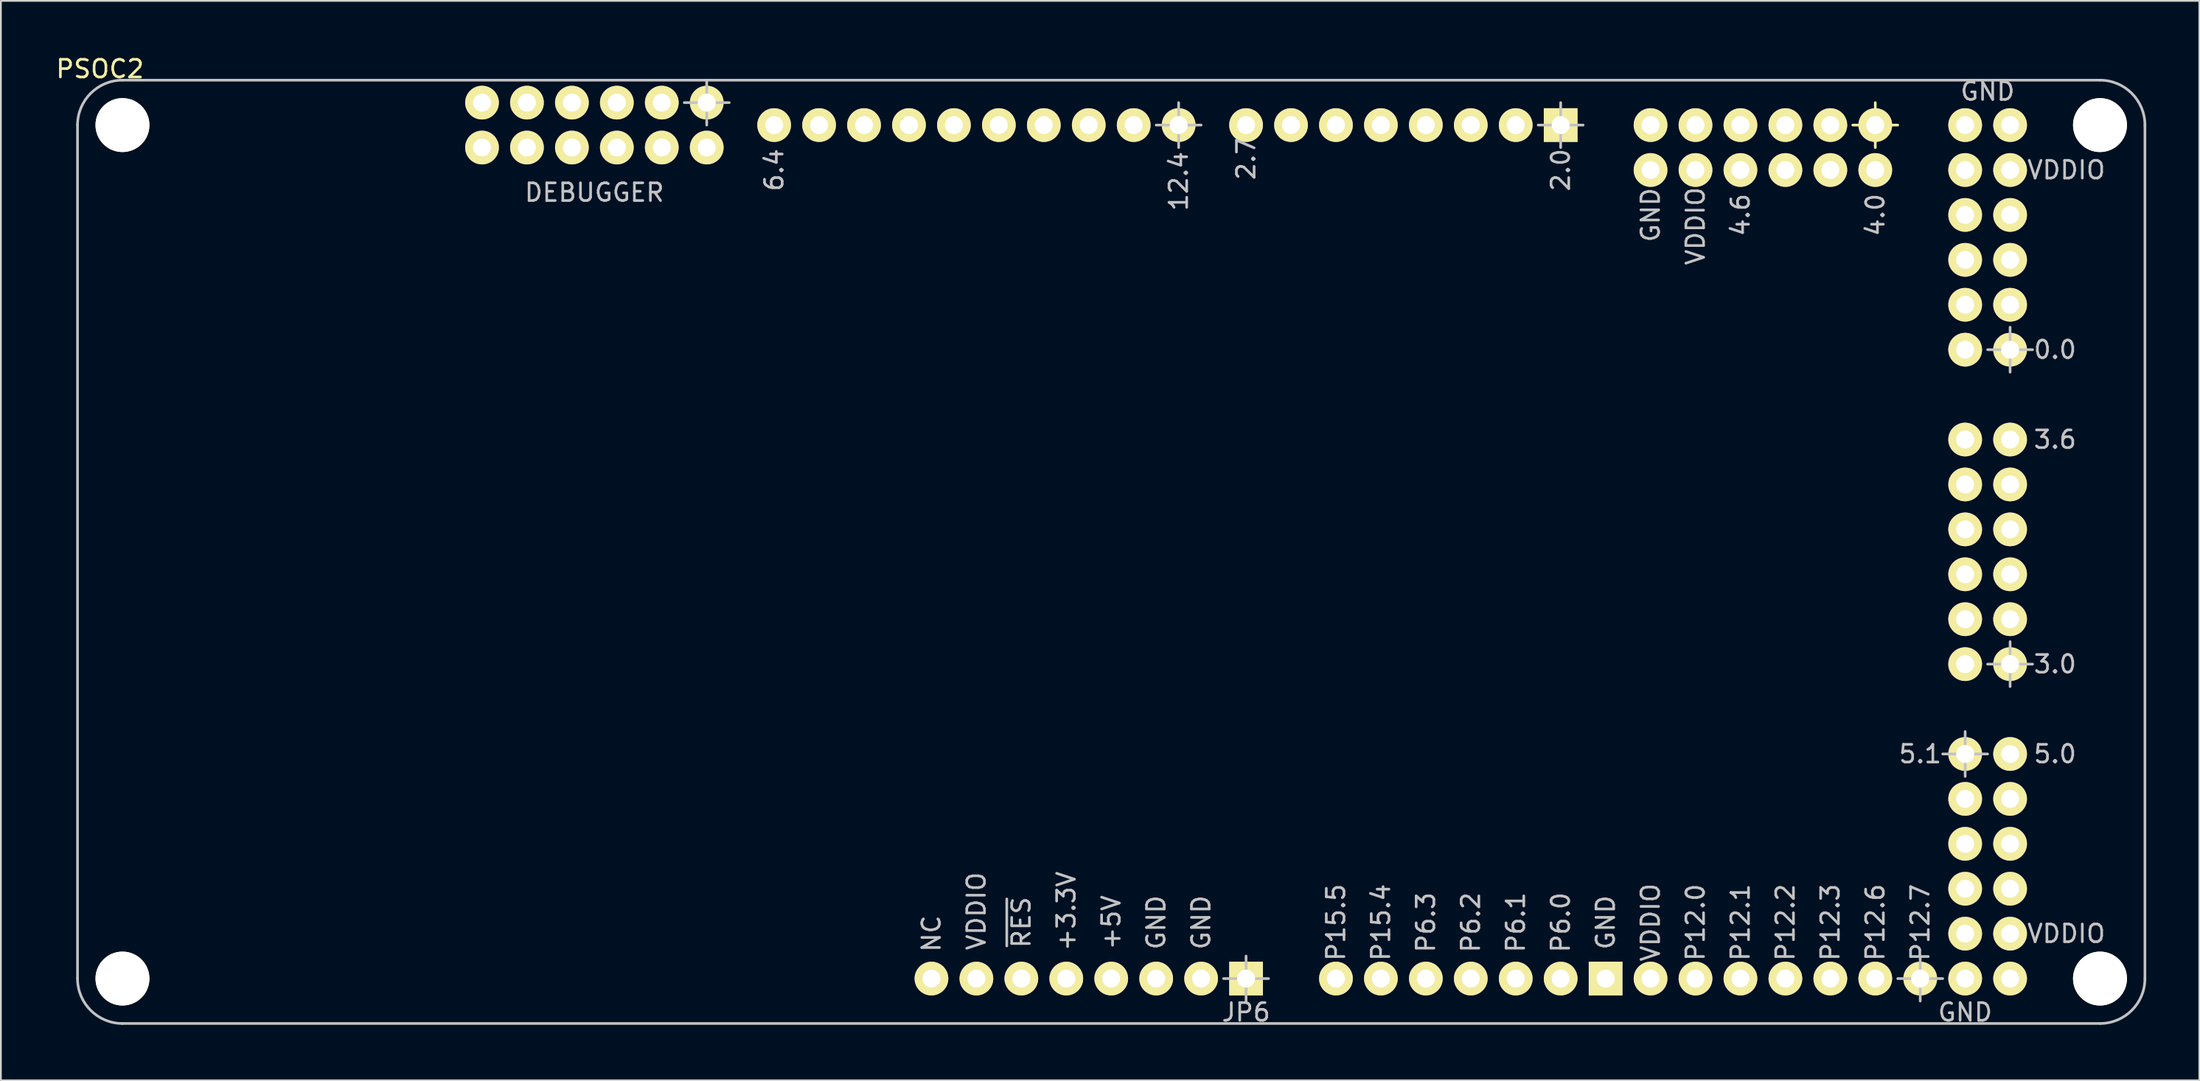
<source format=kicad_pcb>
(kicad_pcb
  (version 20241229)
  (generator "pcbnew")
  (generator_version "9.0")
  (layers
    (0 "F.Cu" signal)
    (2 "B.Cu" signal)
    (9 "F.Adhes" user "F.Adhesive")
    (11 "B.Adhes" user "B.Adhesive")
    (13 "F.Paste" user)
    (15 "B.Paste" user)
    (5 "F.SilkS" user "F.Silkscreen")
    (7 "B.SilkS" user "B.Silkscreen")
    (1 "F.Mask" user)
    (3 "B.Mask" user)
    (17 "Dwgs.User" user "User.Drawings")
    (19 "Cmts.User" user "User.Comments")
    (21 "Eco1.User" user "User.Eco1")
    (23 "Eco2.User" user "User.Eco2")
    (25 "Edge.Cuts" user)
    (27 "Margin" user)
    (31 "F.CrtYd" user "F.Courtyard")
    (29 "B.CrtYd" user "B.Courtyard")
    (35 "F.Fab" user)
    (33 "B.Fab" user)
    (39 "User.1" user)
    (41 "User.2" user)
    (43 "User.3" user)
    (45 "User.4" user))
  (footprint "PSOC2"
    (layer "F.Cu")
    (at 1.331 1.483)
    (property "Reference" "PSOC2" (at 1.27 -0.635 0) (layer "F.SilkS") (effects (font (size 1 1) (thickness 0.15))))
    (attr through_hole)
    (fp_line (start 100.33 2.54) (end 102.87 2.54) (stroke (width 0.15) (type solid)) (layer "F.SilkS"))
    (fp_line (start 101.6 1.27) (end 101.6 3.81) (stroke (width 0.15) (type solid)) (layer "F.SilkS"))
    (fp_line (start 0 50.8) (end 0 2.54) (stroke (width 0.15) (type solid)) (layer "Dwgs.User"))
    (fp_line (start 2.54 0) (end 114.3 0) (stroke (width 0.15) (type solid)) (layer "Dwgs.User"))
    (fp_line (start 34.29 1.27) (end 36.83 1.27) (stroke (width 0.15) (type solid)) (layer "Dwgs.User"))
    (fp_line (start 35.56 0) (end 35.56 2.54) (stroke (width 0.15) (type solid)) (layer "Dwgs.User"))
    (fp_line (start 60.96 2.54) (end 63.5 2.54) (stroke (width 0.15) (type solid)) (layer "Dwgs.User"))
    (fp_line (start 62.23 1.27) (end 62.23 3.81) (stroke (width 0.15) (type solid)) (layer "Dwgs.User"))
    (fp_line (start 64.77 50.8) (end 67.31 50.8) (stroke (width 0.15) (type solid)) (layer "Dwgs.User"))
    (fp_line (start 66.04 49.53) (end 66.04 52.07) (stroke (width 0.15) (type solid)) (layer "Dwgs.User"))
    (fp_line (start 82.55 2.54) (end 85.09 2.54) (stroke (width 0.15) (type solid)) (layer "Dwgs.User"))
    (fp_line (start 83.82 1.27) (end 83.82 3.81) (stroke (width 0.15) (type solid)) (layer "Dwgs.User"))
    (fp_line (start 102.87 50.8) (end 105.41 50.8) (stroke (width 0.15) (type solid)) (layer "Dwgs.User"))
    (fp_line (start 104.14 49.53) (end 104.14 52.07) (stroke (width 0.15) (type solid)) (layer "Dwgs.User"))
    (fp_line (start 105.41 38.1) (end 107.95 38.1) (stroke (width 0.15) (type solid)) (layer "Dwgs.User"))
    (fp_line (start 106.68 36.83) (end 106.68 39.37) (stroke (width 0.15) (type solid)) (layer "Dwgs.User"))
    (fp_line (start 107.95 15.24) (end 110.49 15.24) (stroke (width 0.15) (type solid)) (layer "Dwgs.User"))
    (fp_line (start 107.95 33.02) (end 110.49 33.02) (stroke (width 0.15) (type solid)) (layer "Dwgs.User"))
    (fp_line (start 109.22 13.97) (end 109.22 16.51) (stroke (width 0.15) (type solid)) (layer "Dwgs.User"))
    (fp_line (start 109.22 31.75) (end 109.22 34.29) (stroke (width 0.15) (type solid)) (layer "Dwgs.User"))
    (fp_line (start 114.3 53.34) (end 2.54 53.34) (stroke (width 0.15) (type solid)) (layer "Dwgs.User"))
    (fp_line (start 116.84 2.54) (end 116.84 50.8) (stroke (width 0.15) (type solid)) (layer "Dwgs.User"))
    (fp_arc (start 0 2.54) (mid 0.743949 0.743949) (end 2.54 0) (stroke (width 0.15) (type solid)) (layer "Dwgs.User"))
    (fp_arc (start 2.54 53.34) (mid 0.743949 52.596051) (end 0 50.8) (stroke (width 0.15) (type solid)) (layer "Dwgs.User"))
    (fp_arc (start 114.3 0) (mid 116.096051 0.743949) (end 116.84 2.54) (stroke (width 0.15) (type solid)) (layer "Dwgs.User"))
    (fp_arc (start 116.84 50.8) (mid 116.096051 52.596051) (end 114.3 53.34) (stroke (width 0.15) (type solid)) (layer "Dwgs.User"))
    (fp_text user "VDDIO" (at 91.44 8.255 90) (layer "Dwgs.User") (effects (font (size 1 1) (thickness 0.15))))
    (fp_text user "5.0" (at 111.76 38.1 0) (layer "Dwgs.User") (effects (font (size 1 1) (thickness 0.15))))
    (fp_text user "P6.2" (at 78.74 47.625 90) (layer "Dwgs.User") (effects (font (size 1 1) (thickness 0.15))))
    (fp_text user "3.0" (at 111.76 33.02 0) (layer "Dwgs.User") (effects (font (size 1 1) (thickness 0.15))))
    (fp_text user "VDDIO" (at 112.395 48.26 0) (layer "Dwgs.User") (effects (font (size 1 1) (thickness 0.15))))
    (fp_text user "2.0" (at 83.82 5.08 90) (layer "Dwgs.User") (effects (font (size 1 1) (thickness 0.15))))
    (fp_text user "GND" (at 107.95 0.635 0) (layer "Dwgs.User") (effects (font (size 1 1) (thickness 0.15))))
    (fp_text user "P15.4" (at 73.66 47.625 90) (layer "Dwgs.User") (effects (font (size 1 1) (thickness 0.15))))
    (fp_text user "3.6" (at 111.76 20.32 0) (layer "Dwgs.User") (effects (font (size 1 1) (thickness 0.15))))
    (fp_text user "VDDIO" (at 50.8 46.99 90) (layer "Dwgs.User") (effects (font (size 1 1) (thickness 0.15))))
    (fp_text user "0.0" (at 111.76 15.24 0) (layer "Dwgs.User") (effects (font (size 1 1) (thickness 0.15))))
    (fp_text user "6.4" (at 39.37 5.08 90) (layer "Dwgs.User") (effects (font (size 1 1) (thickness 0.15))))
    (fp_text user "P6.1" (at 81.28 47.625 90) (layer "Dwgs.User") (effects (font (size 1 1) (thickness 0.15))))
    (fp_text user "GND" (at 86.36 47.625 90) (layer "Dwgs.User") (effects (font (size 1 1) (thickness 0.15))))
    (fp_text user "P12.2" (at 96.52 47.625 90) (layer "Dwgs.User") (effects (font (size 1 1) (thickness 0.15))))
    (fp_text user "~{RES}" (at 53.34 47.625 90) (layer "Dwgs.User") (effects (font (size 1 1) (thickness 0.15))))
    (fp_text user "GND" (at 88.9 7.62 90) (layer "Dwgs.User") (effects (font (size 1 1) (thickness 0.15))))
    (fp_text user "+3.3V" (at 55.88 46.99 90) (layer "Dwgs.User") (effects (font (size 1 1) (thickness 0.15))))
    (fp_text user "GND" (at 63.5 47.625 90) (layer "Dwgs.User") (effects (font (size 1 1) (thickness 0.15))))
    (fp_text user "NC" (at 48.26 48.26 90) (layer "Dwgs.User") (effects (font (size 1 1) (thickness 0.15))))
    (fp_text user "5.1" (at 104.14 38.1 0) (layer "Dwgs.User") (effects (font (size 1 1) (thickness 0.15))))
    (fp_text user "12.4" (at 62.23 5.715 90) (layer "Dwgs.User") (effects (font (size 1 1) (thickness 0.15))))
    (fp_text user "+5V" (at 58.42 47.625 90) (layer "Dwgs.User") (effects (font (size 1 1) (thickness 0.15))))
    (fp_text user "P12.7" (at 104.14 47.625 90) (layer "Dwgs.User") (effects (font (size 1 1) (thickness 0.15))))
    (fp_text user "VDDIO" (at 88.9 47.625 90) (layer "Dwgs.User") (effects (font (size 1 1) (thickness 0.15))))
    (fp_text user "P15.5" (at 71.12 47.625 90) (layer "Dwgs.User") (effects (font (size 1 1) (thickness 0.15))))
    (fp_text user "DEBUGGER" (at 29.21 6.35 0) (layer "Dwgs.User") (effects (font (size 1 1) (thickness 0.15))))
    (fp_text user "2.7" (at 66.04 4.445 90) (layer "Dwgs.User") (effects (font (size 1 1) (thickness 0.15))))
    (fp_text user "P12.0" (at 91.44 47.625 90) (layer "Dwgs.User") (effects (font (size 1 1) (thickness 0.15))))
    (fp_text user "P12.3" (at 99.06 47.625 90) (layer "Dwgs.User") (effects (font (size 1 1) (thickness 0.15))))
    (fp_text user "VDDIO" (at 112.395 5.08 0) (layer "Dwgs.User") (effects (font (size 1 1) (thickness 0.15))))
    (fp_text user "GND" (at 60.96 47.625 90) (layer "Dwgs.User") (effects (font (size 1 1) (thickness 0.15))))
    (fp_text user "P6.3" (at 76.2 47.625 90) (layer "Dwgs.User") (effects (font (size 1 1) (thickness 0.15))))
    (fp_text user "GND" (at 106.68 52.705 0) (layer "Dwgs.User") (effects (font (size 1 1) (thickness 0.15))))
    (fp_text user "4.6" (at 93.98 7.62 90) (layer "Dwgs.User") (effects (font (size 1 1) (thickness 0.15))))
    (fp_text user "JP6" (at 66.04 52.705 0) (layer "Dwgs.User") (effects (font (size 1 1) (thickness 0.15))))
    (fp_text user "P6.0" (at 83.82 47.625 90) (layer "Dwgs.User") (effects (font (size 1 1) (thickness 0.15))))
    (fp_text user "P12.1" (at 93.98 47.625 90) (layer "Dwgs.User") (effects (font (size 1 1) (thickness 0.15))))
    (fp_text user "4.0" (at 101.6 7.62 90) (layer "Dwgs.User") (effects (font (size 1 1) (thickness 0.15))))
    (fp_text user "P12.6" (at 101.6 47.625 90) (layer "Dwgs.User") (effects (font (size 1 1) (thickness 0.15))))
    (pad "" np_thru_hole circle (at 2.54 2.54) (size 3.048 3.048) (drill 3.048) (layers "*.Cu" "*.Mask" "F.SilkS"))
    (pad "" np_thru_hole circle (at 2.54 50.8) (size 3.048 3.048) (drill 3.048) (layers "*.Cu" "*.Mask" "F.SilkS"))
    (pad "" np_thru_hole circle (at 114.3 2.54) (size 3.048 3.048) (drill 3.048) (layers "*.Cu" "*.Mask" "F.SilkS"))
    (pad "" np_thru_hole circle (at 114.3 50.8) (size 3.048 3.048) (drill 3.048) (layers "*.Cu" "*.Mask" "F.SilkS"))
    (pad "1" thru_hole rect (at 66.04 50.8) (size 1.905 1.905) (drill 1.016) (layers "*.Cu" "*.Mask" "F.SilkS"))
    (pad "2" thru_hole circle (at 63.5 50.8) (size 1.905 1.905) (drill 1.016) (layers "*.Cu" "*.Mask" "F.SilkS"))
    (pad "3" thru_hole circle (at 60.96 50.8) (size 1.905 1.905) (drill 1.016) (layers "*.Cu" "*.Mask" "F.SilkS"))
    (pad "4" thru_hole circle (at 58.42 50.8) (size 1.905 1.905) (drill 1.016) (layers "*.Cu" "*.Mask" "F.SilkS"))
    (pad "5" thru_hole circle (at 55.88 50.8) (size 1.905 1.905) (drill 1.016) (layers "*.Cu" "*.Mask" "F.SilkS"))
    (pad "6" thru_hole circle (at 53.34 50.8) (size 1.905 1.905) (drill 1.016) (layers "*.Cu" "*.Mask" "F.SilkS"))
    (pad "7" thru_hole circle (at 50.8 50.8) (size 1.905 1.905) (drill 1.016) (layers "*.Cu" "*.Mask" "F.SilkS"))
    (pad "8" thru_hole circle (at 48.26 50.8) (size 1.905 1.905) (drill 1.016) (layers "*.Cu" "*.Mask" "F.SilkS"))
    (pad "9" thru_hole circle (at 104.14 50.8) (size 1.905 1.905) (drill 1.016) (layers "*.Cu" "*.Mask" "F.SilkS"))
    (pad "10" thru_hole circle (at 101.6 50.8) (size 1.905 1.905) (drill 1.016) (layers "*.Cu" "*.Mask" "F.SilkS"))
    (pad "11" thru_hole circle (at 99.06 50.8) (size 1.905 1.905) (drill 1.016) (layers "*.Cu" "*.Mask" "F.SilkS"))
    (pad "12" thru_hole circle (at 96.52 50.8) (size 1.905 1.905) (drill 1.016) (layers "*.Cu" "*.Mask" "F.SilkS"))
    (pad "13" thru_hole circle (at 93.98 50.8) (size 1.905 1.905) (drill 1.016) (layers "*.Cu" "*.Mask" "F.SilkS"))
    (pad "14" thru_hole circle (at 91.44 50.8) (size 1.905 1.905) (drill 1.016) (layers "*.Cu" "*.Mask" "F.SilkS"))
    (pad "15" thru_hole circle (at 88.9 50.8) (size 1.905 1.905) (drill 1.016) (layers "*.Cu" "*.Mask" "F.SilkS"))
    (pad "16" thru_hole rect (at 86.36 50.8) (size 1.905 1.905) (drill 1.016) (layers "*.Cu" "*.Mask" "F.SilkS"))
    (pad "17" thru_hole circle (at 83.82 50.8) (size 1.905 1.905) (drill 1.016) (layers "*.Cu" "*.Mask" "F.SilkS"))
    (pad "18" thru_hole circle (at 81.28 50.8) (size 1.905 1.905) (drill 1.016) (layers "*.Cu" "*.Mask" "F.SilkS"))
    (pad "19" thru_hole circle (at 78.74 50.8) (size 1.905 1.905) (drill 1.016) (layers "*.Cu" "*.Mask" "F.SilkS"))
    (pad "20" thru_hole circle (at 76.2 50.8) (size 1.905 1.905) (drill 1.016) (layers "*.Cu" "*.Mask" "F.SilkS"))
    (pad "21" thru_hole circle (at 73.66 50.8) (size 1.905 1.905) (drill 1.016) (layers "*.Cu" "*.Mask" "F.SilkS"))
    (pad "22" thru_hole circle (at 71.12 50.8) (size 1.905 1.905) (drill 1.016) (layers "*.Cu" "*.Mask" "F.SilkS"))
    (pad "23" thru_hole circle (at 106.68 38.1) (size 1.905 1.905) (drill 1.016) (layers "*.Cu" "*.Mask" "F.SilkS"))
    (pad "24" thru_hole circle (at 109.22 38.1) (size 1.905 1.905) (drill 1.016) (layers "*.Cu" "*.Mask" "F.SilkS"))
    (pad "25" thru_hole circle (at 106.68 40.64) (size 1.905 1.905) (drill 1.016) (layers "*.Cu" "*.Mask" "F.SilkS"))
    (pad "26" thru_hole circle (at 109.22 40.64) (size 1.905 1.905) (drill 1.016) (layers "*.Cu" "*.Mask" "F.SilkS"))
    (pad "27" thru_hole circle (at 106.68 43.18) (size 1.905 1.905) (drill 1.016) (layers "*.Cu" "*.Mask" "F.SilkS"))
    (pad "28" thru_hole circle (at 109.22 43.18) (size 1.905 1.905) (drill 1.016) (layers "*.Cu" "*.Mask" "F.SilkS"))
    (pad "29" thru_hole circle (at 106.68 45.72) (size 1.905 1.905) (drill 1.016) (layers "*.Cu" "*.Mask" "F.SilkS"))
    (pad "30" thru_hole circle (at 109.22 45.72) (size 1.905 1.905) (drill 1.016) (layers "*.Cu" "*.Mask" "F.SilkS"))
    (pad "31" thru_hole circle (at 106.68 48.26) (size 1.905 1.905) (drill 1.016) (layers "*.Cu" "*.Mask" "F.SilkS"))
    (pad "32" thru_hole circle (at 109.22 48.26) (size 1.905 1.905) (drill 1.016) (layers "*.Cu" "*.Mask" "F.SilkS"))
    (pad "33" thru_hole circle (at 106.68 50.8) (size 1.905 1.905) (drill 1.016) (layers "*.Cu" "*.Mask" "F.SilkS"))
    (pad "34" thru_hole circle (at 109.22 50.8) (size 1.905 1.905) (drill 1.016) (layers "*.Cu" "*.Mask" "F.SilkS"))
    (pad "35" thru_hole circle (at 109.22 33.02) (size 1.905 1.905) (drill 1.016) (layers "*.Cu" "*.Mask" "F.SilkS"))
    (pad "36" thru_hole circle (at 106.68 33.02) (size 1.905 1.905) (drill 1.016) (layers "*.Cu" "*.Mask" "F.SilkS"))
    (pad "37" thru_hole circle (at 109.22 30.48) (size 1.905 1.905) (drill 1.016) (layers "*.Cu" "*.Mask" "F.SilkS"))
    (pad "38" thru_hole circle (at 106.68 30.48) (size 1.905 1.905) (drill 1.016) (layers "*.Cu" "*.Mask" "F.SilkS"))
    (pad "39" thru_hole circle (at 109.22 27.94) (size 1.905 1.905) (drill 1.016) (layers "*.Cu" "*.Mask" "F.SilkS"))
    (pad "40" thru_hole circle (at 106.68 27.94) (size 1.905 1.905) (drill 1.016) (layers "*.Cu" "*.Mask" "F.SilkS"))
    (pad "41" thru_hole circle (at 109.22 25.4) (size 1.905 1.905) (drill 1.016) (layers "*.Cu" "*.Mask" "F.SilkS"))
    (pad "42" thru_hole circle (at 106.68 25.4) (size 1.905 1.905) (drill 1.016) (layers "*.Cu" "*.Mask" "F.SilkS"))
    (pad "43" thru_hole circle (at 109.22 22.86) (size 1.905 1.905) (drill 1.016) (layers "*.Cu" "*.Mask" "F.SilkS"))
    (pad "44" thru_hole circle (at 106.68 22.86) (size 1.905 1.905) (drill 1.016) (layers "*.Cu" "*.Mask" "F.SilkS"))
    (pad "45" thru_hole circle (at 109.22 20.32) (size 1.905 1.905) (drill 1.016) (layers "*.Cu" "*.Mask" "F.SilkS"))
    (pad "46" thru_hole circle (at 106.68 20.32) (size 1.905 1.905) (drill 1.016) (layers "*.Cu" "*.Mask" "F.SilkS"))
    (pad "47" thru_hole circle (at 109.22 15.24) (size 1.905 1.905) (drill 1.016) (layers "*.Cu" "*.Mask" "F.SilkS"))
    (pad "48" thru_hole circle (at 106.68 15.24) (size 1.905 1.905) (drill 1.016) (layers "*.Cu" "*.Mask" "F.SilkS"))
    (pad "49" thru_hole circle (at 109.22 12.7) (size 1.905 1.905) (drill 1.016) (layers "*.Cu" "*.Mask" "F.SilkS"))
    (pad "50" thru_hole circle (at 106.68 12.7) (size 1.905 1.905) (drill 1.016) (layers "*.Cu" "*.Mask" "F.SilkS"))
    (pad "51" thru_hole circle (at 109.22 10.16) (size 1.905 1.905) (drill 1.016) (layers "*.Cu" "*.Mask" "F.SilkS"))
    (pad "52" thru_hole circle (at 106.68 10.16) (size 1.905 1.905) (drill 1.016) (layers "*.Cu" "*.Mask" "F.SilkS"))
    (pad "53" thru_hole circle (at 109.22 7.62) (size 1.905 1.905) (drill 1.016) (layers "*.Cu" "*.Mask" "F.SilkS"))
    (pad "54" thru_hole circle (at 106.68 7.62) (size 1.905 1.905) (drill 1.016) (layers "*.Cu" "*.Mask" "F.SilkS"))
    (pad "55" thru_hole circle (at 109.22 5.08) (size 1.905 1.905) (drill 1.016) (layers "*.Cu" "*.Mask" "F.SilkS"))
    (pad "56" thru_hole circle (at 106.68 5.08) (size 1.905 1.905) (drill 1.016) (layers "*.Cu" "*.Mask" "F.SilkS"))
    (pad "57" thru_hole circle (at 109.22 2.54) (size 1.905 1.905) (drill 1.016) (layers "*.Cu" "*.Mask" "F.SilkS"))
    (pad "58" thru_hole circle (at 106.68 2.54) (size 1.905 1.905) (drill 1.016) (layers "*.Cu" "*.Mask" "F.SilkS"))
    (pad "59" thru_hole circle (at 101.6 2.54) (size 1.905 1.905) (drill 1.016) (layers "*.Cu" "*.Mask" "F.SilkS"))
    (pad "60" thru_hole circle (at 101.6 5.08) (size 1.905 1.905) (drill 1.016) (layers "*.Cu" "*.Mask" "F.SilkS"))
    (pad "61" thru_hole circle (at 99.06 2.54) (size 1.905 1.905) (drill 1.016) (layers "*.Cu" "*.Mask" "F.SilkS"))
    (pad "62" thru_hole circle (at 99.06 5.08) (size 1.905 1.905) (drill 1.016) (layers "*.Cu" "*.Mask" "F.SilkS"))
    (pad "63" thru_hole circle (at 96.52 2.54) (size 1.905 1.905) (drill 1.016) (layers "*.Cu" "*.Mask" "F.SilkS"))
    (pad "64" thru_hole circle (at 96.52 5.08) (size 1.905 1.905) (drill 1.016) (layers "*.Cu" "*.Mask" "F.SilkS"))
    (pad "65" thru_hole circle (at 93.98 2.54) (size 1.905 1.905) (drill 1.016) (layers "*.Cu" "*.Mask" "F.SilkS"))
    (pad "66" thru_hole circle (at 93.98 5.08) (size 1.905 1.905) (drill 1.016) (layers "*.Cu" "*.Mask" "F.SilkS"))
    (pad "67" thru_hole circle (at 91.44 2.54) (size 1.905 1.905) (drill 1.016) (layers "*.Cu" "*.Mask" "F.SilkS"))
    (pad "68" thru_hole circle (at 91.44 5.08) (size 1.905 1.905) (drill 1.016) (layers "*.Cu" "*.Mask" "F.SilkS"))
    (pad "69" thru_hole circle (at 88.9 2.54) (size 1.905 1.905) (drill 1.016) (layers "*.Cu" "*.Mask" "F.SilkS"))
    (pad "70" thru_hole circle (at 88.9 5.08) (size 1.905 1.905) (drill 1.016) (layers "*.Cu" "*.Mask" "F.SilkS"))
    (pad "71" thru_hole rect (at 83.82 2.54) (size 1.905 1.905) (drill 1.016) (layers "*.Cu" "*.Mask" "F.SilkS"))
    (pad "72" thru_hole circle (at 81.28 2.54) (size 1.905 1.905) (drill 1.016) (layers "*.Cu" "*.Mask" "F.SilkS"))
    (pad "73" thru_hole circle (at 78.74 2.54) (size 1.905 1.905) (drill 1.016) (layers "*.Cu" "*.Mask" "F.SilkS"))
    (pad "74" thru_hole circle (at 76.2 2.54) (size 1.905 1.905) (drill 1.016) (layers "*.Cu" "*.Mask" "F.SilkS"))
    (pad "75" thru_hole circle (at 73.66 2.54) (size 1.905 1.905) (drill 1.016) (layers "*.Cu" "*.Mask" "F.SilkS"))
    (pad "76" thru_hole circle (at 71.12 2.54) (size 1.905 1.905) (drill 1.016) (layers "*.Cu" "*.Mask" "F.SilkS"))
    (pad "77" thru_hole circle (at 68.58 2.54) (size 1.905 1.905) (drill 1.016) (layers "*.Cu" "*.Mask" "F.SilkS"))
    (pad "78" thru_hole circle (at 66.04 2.54) (size 1.905 1.905) (drill 1.016) (layers "*.Cu" "*.Mask" "F.SilkS"))
    (pad "79" thru_hole circle (at 62.23 2.54) (size 1.905 1.905) (drill 1.016) (layers "*.Cu" "*.Mask" "F.SilkS"))
    (pad "80" thru_hole circle (at 59.69 2.54) (size 1.905 1.905) (drill 1.016) (layers "*.Cu" "*.Mask" "F.SilkS"))
    (pad "81" thru_hole circle (at 57.15 2.54) (size 1.905 1.905) (drill 1.016) (layers "*.Cu" "*.Mask" "F.SilkS"))
    (pad "82" thru_hole circle (at 54.61 2.54) (size 1.905 1.905) (drill 1.016) (layers "*.Cu" "*.Mask" "F.SilkS"))
    (pad "83" thru_hole circle (at 52.07 2.54) (size 1.905 1.905) (drill 1.016) (layers "*.Cu" "*.Mask" "F.SilkS"))
    (pad "84" thru_hole circle (at 49.53 2.54) (size 1.905 1.905) (drill 1.016) (layers "*.Cu" "*.Mask" "F.SilkS"))
    (pad "85" thru_hole circle (at 46.99 2.54) (size 1.905 1.905) (drill 1.016) (layers "*.Cu" "*.Mask" "F.SilkS"))
    (pad "86" thru_hole circle (at 44.45 2.54) (size 1.905 1.905) (drill 1.016) (layers "*.Cu" "*.Mask" "F.SilkS"))
    (pad "87" thru_hole circle (at 41.91 2.54) (size 1.905 1.905) (drill 1.016) (layers "*.Cu" "*.Mask" "F.SilkS"))
    (pad "88" thru_hole circle (at 39.37 2.54) (size 1.905 1.905) (drill 1.016) (layers "*.Cu" "*.Mask" "F.SilkS"))
    (pad "89" thru_hole circle (at 35.56 1.27) (size 1.905 1.905) (drill 1.016) (layers "*.Cu" "*.Mask" "F.SilkS"))
    (pad "90" thru_hole circle (at 35.56 3.81) (size 1.905 1.905) (drill 1.016) (layers "*.Cu" "*.Mask" "F.SilkS"))
    (pad "91" thru_hole circle (at 33.02 1.27) (size 1.905 1.905) (drill 1.016) (layers "*.Cu" "*.Mask" "F.SilkS"))
    (pad "92" thru_hole circle (at 33.02 3.81) (size 1.905 1.905) (drill 1.016) (layers "*.Cu" "*.Mask" "F.SilkS"))
    (pad "93" thru_hole circle (at 30.48 1.27) (size 1.905 1.905) (drill 1.016) (layers "*.Cu" "*.Mask" "F.SilkS"))
    (pad "94" thru_hole circle (at 30.48 3.81) (size 1.905 1.905) (drill 1.016) (layers "*.Cu" "*.Mask" "F.SilkS"))
    (pad "95" thru_hole circle (at 27.94 1.27) (size 1.905 1.905) (drill 1.016) (layers "*.Cu" "*.Mask" "F.SilkS"))
    (pad "96" thru_hole circle (at 27.94 3.81) (size 1.905 1.905) (drill 1.016) (layers "*.Cu" "*.Mask" "F.SilkS"))
    (pad "97" thru_hole circle (at 25.4 1.27) (size 1.905 1.905) (drill 1.016) (layers "*.Cu" "*.Mask" "F.SilkS"))
    (pad "98" thru_hole circle (at 25.4 3.81) (size 1.905 1.905) (drill 1.016) (layers "*.Cu" "*.Mask" "F.SilkS"))
    (pad "99" thru_hole circle (at 22.86 1.27) (size 1.905 1.905) (drill 1.016) (layers "*.Cu" "*.Mask" "F.SilkS"))
    (pad "100" thru_hole circle (at 22.86 3.81) (size 1.905 1.905) (drill 1.016) (layers "*.Cu" "*.Mask" "F.SilkS")))
  (gr_rect
    (start -3 -3)
    (end 121.246 58.036)
    (stroke (width 0.1) (type default))
    (fill no)
    (layer "Edge.Cuts")))
</source>
